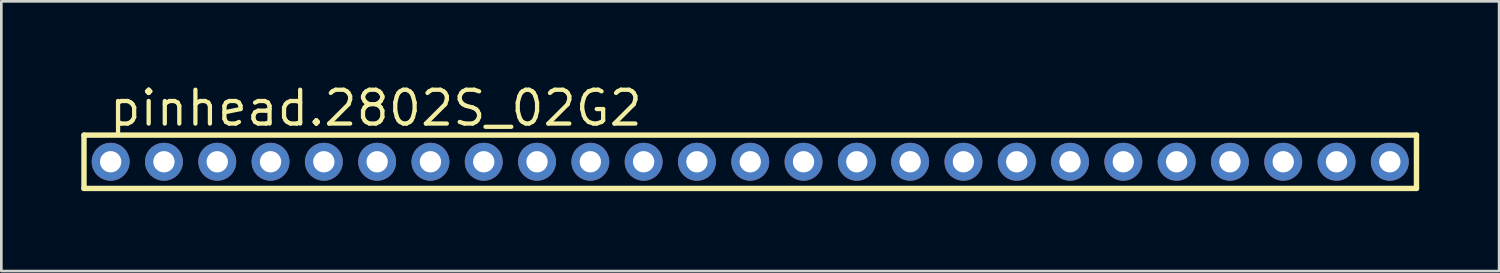
<source format=kicad_pcb>
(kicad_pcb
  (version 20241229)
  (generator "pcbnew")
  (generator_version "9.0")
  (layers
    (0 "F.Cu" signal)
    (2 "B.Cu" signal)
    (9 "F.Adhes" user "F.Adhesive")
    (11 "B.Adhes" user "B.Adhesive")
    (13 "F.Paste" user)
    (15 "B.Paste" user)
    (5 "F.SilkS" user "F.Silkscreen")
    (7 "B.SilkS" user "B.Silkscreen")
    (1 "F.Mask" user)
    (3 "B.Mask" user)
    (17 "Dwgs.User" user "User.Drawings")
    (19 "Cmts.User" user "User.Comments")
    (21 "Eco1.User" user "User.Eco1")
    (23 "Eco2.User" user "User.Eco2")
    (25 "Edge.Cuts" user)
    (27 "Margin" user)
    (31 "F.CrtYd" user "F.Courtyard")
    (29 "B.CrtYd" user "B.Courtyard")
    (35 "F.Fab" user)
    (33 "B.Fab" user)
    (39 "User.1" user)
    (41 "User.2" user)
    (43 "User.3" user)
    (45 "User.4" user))
  (footprint "pinhead.2802S_02G2"
    (layer "F.Cu")
    (at 25.102 3.02)
    (property "Reference" "pinhead.2802S_02G2" (at -24.13 -1.27 0) (layer "F.SilkS") (effects (font (size 1.27 1.27) (thickness 0.16)) (justify left bottom)))
    (attr through_hole)
    (fp_line (start -25 -1) (end 25 -1) (stroke (width 0.203) (type default)) (layer "F.SilkS"))
    (fp_line (start -25 1) (end -25 -1) (stroke (width 0.203) (type default)) (layer "F.SilkS"))
    (fp_line (start 25 -1) (end 25 1) (stroke (width 0.203) (type default)) (layer "F.SilkS"))
    (fp_line (start 25 1) (end -25 1) (stroke (width 0.203) (type default)) (layer "F.SilkS"))
    (pad "1" thru_hole circle (at -24 0) (size 1.422 1.422) (drill 0.8) (layers "*.Cu" "*.Mask"))
    (pad "2" thru_hole circle (at -22 0) (size 1.422 1.422) (drill 0.8) (layers "*.Cu" "*.Mask"))
    (pad "3" thru_hole circle (at -20 0) (size 1.422 1.422) (drill 0.8) (layers "*.Cu" "*.Mask"))
    (pad "4" thru_hole circle (at -18 0) (size 1.422 1.422) (drill 0.8) (layers "*.Cu" "*.Mask"))
    (pad "5" thru_hole circle (at -16 0) (size 1.422 1.422) (drill 0.8) (layers "*.Cu" "*.Mask"))
    (pad "6" thru_hole circle (at -14 0) (size 1.422 1.422) (drill 0.8) (layers "*.Cu" "*.Mask"))
    (pad "7" thru_hole circle (at -12 0) (size 1.422 1.422) (drill 0.8) (layers "*.Cu" "*.Mask"))
    (pad "8" thru_hole circle (at -10 0) (size 1.422 1.422) (drill 0.8) (layers "*.Cu" "*.Mask"))
    (pad "9" thru_hole circle (at -8 0) (size 1.422 1.422) (drill 0.8) (layers "*.Cu" "*.Mask"))
    (pad "10" thru_hole circle (at -6 0) (size 1.422 1.422) (drill 0.8) (layers "*.Cu" "*.Mask"))
    (pad "11" thru_hole circle (at -4 0) (size 1.422 1.422) (drill 0.8) (layers "*.Cu" "*.Mask"))
    (pad "12" thru_hole circle (at -2 0) (size 1.422 1.422) (drill 0.8) (layers "*.Cu" "*.Mask"))
    (pad "13" thru_hole circle (at 0 0) (size 1.422 1.422) (drill 0.8) (layers "*.Cu" "*.Mask"))
    (pad "14" thru_hole circle (at 2 0) (size 1.422 1.422) (drill 0.8) (layers "*.Cu" "*.Mask"))
    (pad "15" thru_hole circle (at 4 0) (size 1.422 1.422) (drill 0.8) (layers "*.Cu" "*.Mask"))
    (pad "16" thru_hole circle (at 6 0) (size 1.422 1.422) (drill 0.8) (layers "*.Cu" "*.Mask"))
    (pad "17" thru_hole circle (at 8 0) (size 1.422 1.422) (drill 0.8) (layers "*.Cu" "*.Mask"))
    (pad "18" thru_hole circle (at 10 0) (size 1.422 1.422) (drill 0.8) (layers "*.Cu" "*.Mask"))
    (pad "19" thru_hole circle (at 12 0) (size 1.422 1.422) (drill 0.8) (layers "*.Cu" "*.Mask"))
    (pad "20" thru_hole circle (at 14 0) (size 1.422 1.422) (drill 0.8) (layers "*.Cu" "*.Mask"))
    (pad "21" thru_hole circle (at 16 0) (size 1.422 1.422) (drill 0.8) (layers "*.Cu" "*.Mask"))
    (pad "22" thru_hole circle (at 18 0) (size 1.422 1.422) (drill 0.8) (layers "*.Cu" "*.Mask"))
    (pad "23" thru_hole circle (at 20 0) (size 1.422 1.422) (drill 0.8) (layers "*.Cu" "*.Mask"))
    (pad "24" thru_hole circle (at 22 0) (size 1.422 1.422) (drill 0.8) (layers "*.Cu" "*.Mask"))
    (pad "25" thru_hole circle (at 24 0) (size 1.422 1.422) (drill 0.8) (layers "*.Cu" "*.Mask")))
  (gr_rect
    (start -3 -3)
    (end 53.203 7.122)
    (stroke (width 0.1) (type default))
    (fill no)
    (layer "Edge.Cuts")))
</source>
